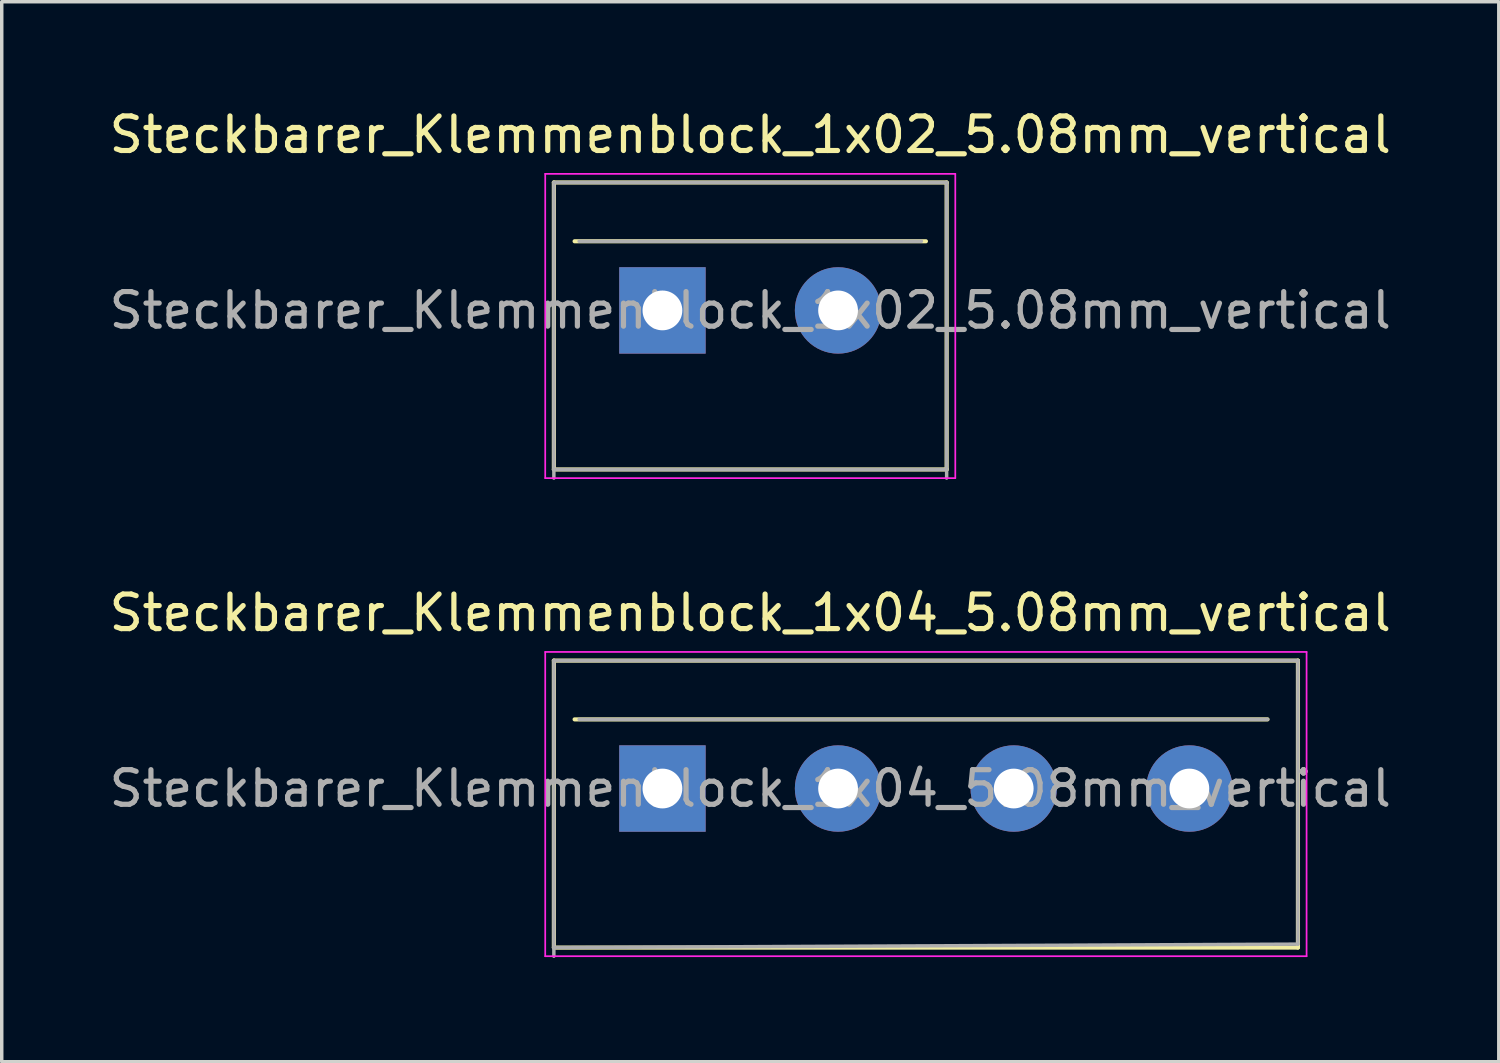
<source format=kicad_pcb>
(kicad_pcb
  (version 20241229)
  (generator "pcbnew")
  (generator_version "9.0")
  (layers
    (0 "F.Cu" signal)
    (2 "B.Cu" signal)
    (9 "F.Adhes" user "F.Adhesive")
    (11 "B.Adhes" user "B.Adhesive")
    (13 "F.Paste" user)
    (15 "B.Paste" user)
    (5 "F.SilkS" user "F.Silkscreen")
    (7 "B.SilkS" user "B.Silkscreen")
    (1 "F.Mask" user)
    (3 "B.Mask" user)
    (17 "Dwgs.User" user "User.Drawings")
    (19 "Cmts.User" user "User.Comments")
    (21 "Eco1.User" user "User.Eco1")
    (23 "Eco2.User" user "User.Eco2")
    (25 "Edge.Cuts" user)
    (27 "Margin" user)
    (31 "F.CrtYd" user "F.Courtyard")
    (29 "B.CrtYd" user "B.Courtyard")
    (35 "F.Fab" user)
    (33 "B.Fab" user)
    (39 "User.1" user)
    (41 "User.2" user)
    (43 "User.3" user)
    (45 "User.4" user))
  (footprint "Steckbarer_Klemmenblock_1x04_5.08mm_vertical"
    (layer "F.Cu")
    (at 16.109 19.756)
    (property "Reference" "Steckbarer_Klemmenblock_1x04_5.08mm_vertical" (at 2.54 -5.08 0) (layer "F.SilkS") (effects (font (size 1 1) (thickness 0.15))))
    (attr through_hole)
    (fp_line (start -3.14 -3.7) (end -3.14 4.6) (stroke (width 0.12) (type solid)) (layer "F.SilkS"))
    (fp_line (start -3.14 4.6) (end 18.38 4.6) (stroke (width 0.12) (type solid)) (layer "F.SilkS"))
    (fp_line (start 17.5 -2) (end -2.54 -2) (stroke (width 0.12) (type solid)) (layer "F.SilkS"))
    (fp_line (start 18.38 -3.7) (end -3.14 -3.7) (stroke (width 0.12) (type solid)) (layer "F.SilkS"))
    (fp_line (start 18.38 4.6) (end 18.38 -3.7) (stroke (width 0.12) (type solid)) (layer "F.SilkS"))
    (fp_line (start -3.39 -3.95) (end -3.39 4.85) (stroke (width 0.05) (type solid)) (layer "F.CrtYd"))
    (fp_line (start -3.39 -3.95) (end 18.63 -3.95) (stroke (width 0.05) (type solid)) (layer "F.CrtYd"))
    (fp_line (start 18.63 4.85) (end -3.39 4.85) (stroke (width 0.05) (type solid)) (layer "F.CrtYd"))
    (fp_line (start 18.63 4.85) (end 18.63 -3.95) (stroke (width 0.05) (type solid)) (layer "F.CrtYd"))
    (fp_line (start -3.14 -3.7) (end -3.14 4.85) (stroke (width 0.1) (type solid)) (layer "F.Fab"))
    (fp_line (start -3.14 4.6) (end 18.38 4.5) (stroke (width 0.1) (type solid)) (layer "F.Fab"))
    (fp_line (start -2.41 -2) (end 17.5 -2) (stroke (width 0.1) (type solid)) (layer "F.Fab"))
    (fp_line (start 18.38 -3.7) (end -3.14 -3.7) (stroke (width 0.1) (type solid)) (layer "F.Fab"))
    (fp_line (start 18.38 4.5) (end 18.38 -3.7) (stroke (width 0.1) (type solid)) (layer "F.Fab"))
    (fp_text user "${REFERENCE}" (at 2.54 0 0) (layer "F.Fab") (effects (font (size 1 1) (thickness 0.15))))
    (pad "1" thru_hole rect (at 0 0) (size 2.5 2.5) (drill 1.15) (layers "*.Cu" "*.Mask"))
    (pad "2" thru_hole circle (at 5.08 0) (size 2.5 2.5) (drill 1.15) (layers "*.Cu" "*.Mask"))
    (pad "3" thru_hole circle (at 10.16 0) (size 2.5 2.5) (drill 1.15) (layers "*.Cu" "*.Mask"))
    (pad "4" thru_hole circle (at 15.24 0) (size 2.5 2.5) (drill 1.15) (layers "*.Cu" "*.Mask")))
  (footprint "Steckbarer_Klemmenblock_1x02_5.08mm_vertical"
    (layer "F.Cu")
    (at 16.109 5.928)
    (property "Reference" "Steckbarer_Klemmenblock_1x02_5.08mm_vertical" (at 2.54 -5.08 0) (layer "F.SilkS") (effects (font (size 1 1) (thickness 0.15))))
    (attr through_hole)
    (fp_line (start -3.14 -3.7) (end -3.14 4.6) (stroke (width 0.12) (type solid)) (layer "F.SilkS"))
    (fp_line (start -3.14 4.6) (end 8.22 4.6) (stroke (width 0.12) (type solid)) (layer "F.SilkS"))
    (fp_line (start 7.62 -2) (end -2.54 -2) (stroke (width 0.12) (type solid)) (layer "F.SilkS"))
    (fp_line (start 8.22 -3.7) (end -3.14 -3.7) (stroke (width 0.12) (type solid)) (layer "F.SilkS"))
    (fp_line (start 8.22 4.6) (end 8.22 -3.7) (stroke (width 0.12) (type solid)) (layer "F.SilkS"))
    (fp_line (start -3.39 -3.95) (end -3.39 4.85) (stroke (width 0.05) (type solid)) (layer "F.CrtYd"))
    (fp_line (start -3.39 -3.95) (end 8.47 -3.95) (stroke (width 0.05) (type solid)) (layer "F.CrtYd"))
    (fp_line (start 8.47 4.85) (end -3.39 4.85) (stroke (width 0.05) (type solid)) (layer "F.CrtYd"))
    (fp_line (start 8.47 4.85) (end 8.47 -3.95) (stroke (width 0.05) (type solid)) (layer "F.CrtYd"))
    (fp_line (start -3.14 -3.7) (end -3.14 4.85) (stroke (width 0.1) (type solid)) (layer "F.Fab"))
    (fp_line (start -3.14 4.6) (end 8.22 4.6) (stroke (width 0.1) (type solid)) (layer "F.Fab"))
    (fp_line (start -2.41 -2) (end 7.49 -2) (stroke (width 0.1) (type solid)) (layer "F.Fab"))
    (fp_line (start 8.22 -3.7) (end -3.14 -3.7) (stroke (width 0.1) (type solid)) (layer "F.Fab"))
    (fp_line (start 8.22 4.85) (end 8.22 -3.7) (stroke (width 0.1) (type solid)) (layer "F.Fab"))
    (fp_text user "${REFERENCE}" (at 2.54 0 0) (layer "F.Fab") (effects (font (size 1 1) (thickness 0.15))))
    (pad "1" thru_hole rect (at 0 0) (size 2.5 2.5) (drill 1.15) (layers "*.Cu" "*.Mask"))
    (pad "2" thru_hole circle (at 5.08 0) (size 2.5 2.5) (drill 1.15) (layers "*.Cu" "*.Mask")))
  (gr_rect
    (start -3 -3)
    (end 40.298 27.657)
    (stroke (width 0.1) (type default))
    (fill no)
    (layer "Edge.Cuts")))
</source>
